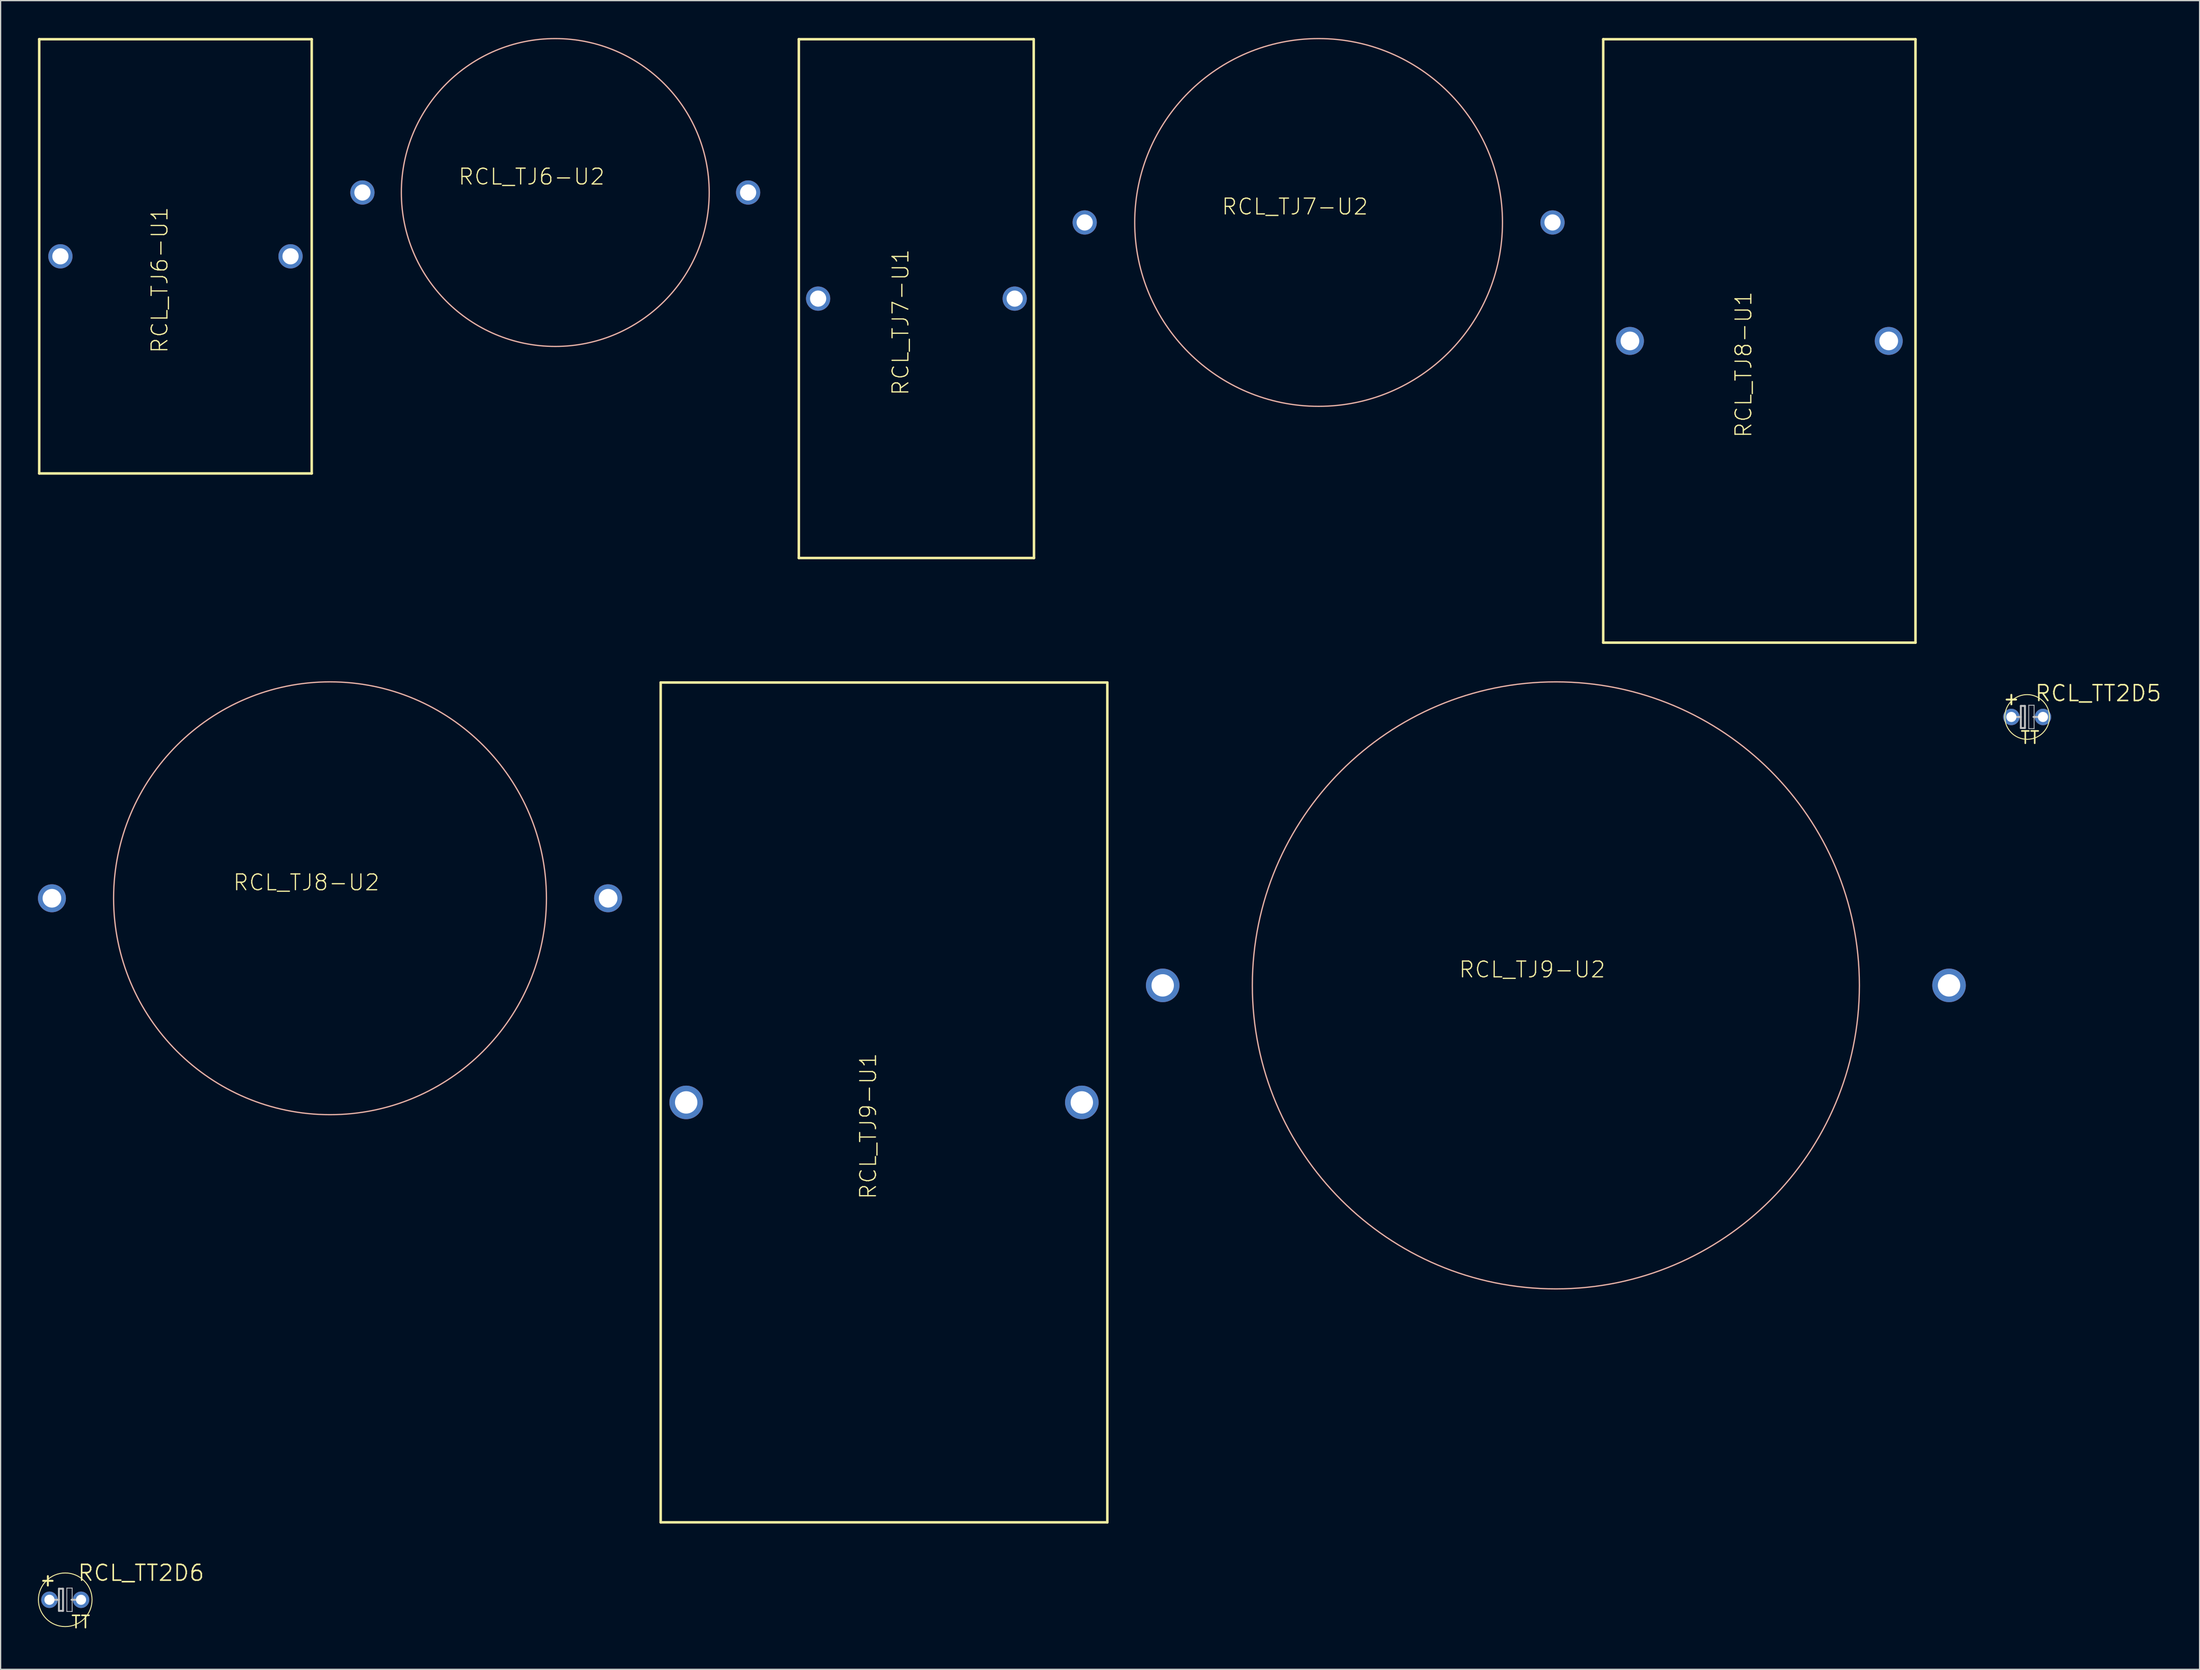
<source format=kicad_pcb>
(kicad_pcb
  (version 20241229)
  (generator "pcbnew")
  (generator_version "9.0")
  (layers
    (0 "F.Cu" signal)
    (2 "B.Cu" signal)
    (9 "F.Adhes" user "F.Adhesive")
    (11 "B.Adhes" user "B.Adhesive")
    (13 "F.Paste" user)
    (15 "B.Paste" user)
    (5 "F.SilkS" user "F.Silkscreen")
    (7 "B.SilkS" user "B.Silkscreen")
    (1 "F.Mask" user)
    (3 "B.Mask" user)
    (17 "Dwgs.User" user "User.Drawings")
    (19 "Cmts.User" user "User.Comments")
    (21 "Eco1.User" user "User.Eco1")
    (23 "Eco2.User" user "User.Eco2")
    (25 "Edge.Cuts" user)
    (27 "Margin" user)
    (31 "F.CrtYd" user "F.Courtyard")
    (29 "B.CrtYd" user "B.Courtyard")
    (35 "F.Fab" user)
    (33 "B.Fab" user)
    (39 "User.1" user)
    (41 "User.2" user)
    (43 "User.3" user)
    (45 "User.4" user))
  (footprint "RCL_TJ6-U1"
    (layer "F.Cu")
    (at 11.052 17.551)
    (property "Reference" "RCL_TJ6-U1" (at -1.27 1.905 90) (layer "F.SilkS") (effects (font (size 1.27 1.27) (thickness 0.102))))
    (attr exclude_from_pos_files exclude_from_bom)
    (fp_line (start -10.95 -17.45) (end 10.95 -17.45) (stroke (width 0.203) (type solid)) (layer "F.SilkS"))
    (fp_line (start -10.95 17.45) (end -10.95 -17.45) (stroke (width 0.203) (type solid)) (layer "F.SilkS"))
    (fp_line (start 10.95 -17.45) (end 10.95 17.45) (stroke (width 0.203) (type solid)) (layer "F.SilkS"))
    (fp_line (start 10.95 17.45) (end -10.95 17.45) (stroke (width 0.203) (type solid)) (layer "F.SilkS"))
    (pad "1" thru_hole circle (at -9.248 0) (size 1.948 1.948) (drill 1.298) (layers "*.Cu" "*.Paste" "*.Mask"))
    (pad "2" thru_hole circle (at 9.248 0) (size 1.948 1.948) (drill 1.298) (layers "*.Cu" "*.Paste" "*.Mask")))
  (footprint "RCL_TJ7-U1"
    (layer "F.Cu")
    (at 70.6 20.95)
    (property "Reference" "RCL_TJ7-U1" (at -1.27 1.905 90) (layer "F.SilkS") (effects (font (size 1.27 1.27) (thickness 0.102))))
    (attr exclude_from_pos_files exclude_from_bom)
    (fp_line (start -9.449 -20.848) (end 9.428 -20.848) (stroke (width 0.203) (type solid)) (layer "F.SilkS"))
    (fp_line (start -9.449 20.848) (end -9.449 -20.848) (stroke (width 0.203) (type solid)) (layer "F.SilkS"))
    (fp_line (start 9.428 -20.848) (end 9.449 20.848) (stroke (width 0.203) (type solid)) (layer "F.SilkS"))
    (fp_line (start 9.449 20.848) (end -9.449 20.848) (stroke (width 0.203) (type solid)) (layer "F.SilkS"))
    (pad "1" thru_hole circle (at -7.899 0) (size 1.948 1.948) (drill 1.298) (layers "*.Cu" "*.Paste" "*.Mask"))
    (pad "2" thru_hole circle (at 7.899 0) (size 1.948 1.948) (drill 1.298) (layers "*.Cu" "*.Paste" "*.Mask")))
  (footprint "RCL_TJ9-U2"
    (layer "F.Cu")
    (at 121.992 76.147)
    (property "Reference" "RCL_TJ9-U2" (at -1.905 -1.27 0) (layer "F.SilkS") (effects (font (size 1.27 1.27) (thickness 0.102))))
    (attr exclude_from_pos_files exclude_from_bom)
    (fp_circle (center 0 0) (end -17.249 17.249) (stroke (width 0.102) (type solid)) (fill no) (layer "B.SilkS"))
    (pad "1" thru_hole circle (at -31.598 0) (size 2.697 2.697) (drill 1.798) (layers "*.Cu" "*.Paste" "*.Mask"))
    (pad "2" thru_hole circle (at 31.598 0) (size 2.697 2.697) (drill 1.798) (layers "*.Cu" "*.Paste" "*.Mask")))
  (footprint "RCL_TT2D5"
    (layer "F.Cu")
    (at 159.868 54.573)
    (property "Reference" "RCL_TT2D5" (at 5.715 -1.905 0) (layer "F.SilkS") (effects (font (size 1.27 1.27) (thickness 0.127))))
    (attr exclude_from_pos_files exclude_from_bom)
    (fp_line (start -1.27 -1.016) (end -1.27 -1.778) (stroke (width 0.152) (type solid)) (layer "F.SilkS"))
    (fp_line (start -0.889 -1.397) (end -1.651 -1.397) (stroke (width 0.152) (type solid)) (layer "F.SilkS"))
    (fp_circle (center 0 0) (end -1.27 1.27) (stroke (width 0.076) (type solid)) (fill no) (layer "F.SilkS"))
    (fp_line (start -1.016 0) (end -0.508 0) (stroke (width 0.152) (type solid)) (layer "Dwgs.User"))
    (fp_line (start -0.508 -0.889) (end -0.508 0) (stroke (width 0.152) (type solid)) (layer "Dwgs.User"))
    (fp_line (start -0.508 0) (end -0.508 0.889) (stroke (width 0.152) (type solid)) (layer "Dwgs.User"))
    (fp_line (start -0.508 0.889) (end -0.178 0.889) (stroke (width 0.152) (type solid)) (layer "Dwgs.User"))
    (fp_line (start -0.178 -0.889) (end -0.508 -0.889) (stroke (width 0.152) (type solid)) (layer "Dwgs.User"))
    (fp_line (start -0.178 0.889) (end -0.178 -0.889) (stroke (width 0.152) (type solid)) (layer "Dwgs.User"))
    (fp_line (start 0.127 -0.94) (end 0.559 -0.94) (stroke (width 0.066) (type solid)) (layer "Dwgs.User"))
    (fp_line (start 0.127 0.94) (end 0.127 -0.94) (stroke (width 0.066) (type solid)) (layer "Dwgs.User"))
    (fp_line (start 0.127 0.94) (end 0.559 0.94) (stroke (width 0.066) (type solid)) (layer "Dwgs.User"))
    (fp_line (start 0.508 0) (end 1.016 0) (stroke (width 0.152) (type solid)) (layer "Dwgs.User"))
    (fp_line (start 0.559 0.94) (end 0.559 -0.94) (stroke (width 0.066) (type solid)) (layer "Dwgs.User"))
    (fp_text user "TT" (at 0.229 1.664 0) (layer "F.SilkS") (effects (font (size 0.991 0.991) (thickness 0.127))))
    (pad "+" thru_hole circle (at -1.27 0) (size 1.321 1.321) (drill 0.813) (layers "*.Cu" "*.Paste" "*.Mask"))
    (pad "-" thru_hole circle (at 1.27 0) (size 1.321 1.321) (drill 0.813) (layers "*.Cu" "*.Paste" "*.Mask")))
  (footprint "RCL_TJ9-U1"
    (layer "F.Cu")
    (at 67.996 85.553)
    (property "Reference" "RCL_TJ9-U1" (at -1.27 1.905 90) (layer "F.SilkS") (effects (font (size 1.27 1.27) (thickness 0.102))))
    (attr exclude_from_pos_files exclude_from_bom)
    (fp_line (start -17.948 -33.749) (end 17.948 -33.749) (stroke (width 0.203) (type solid)) (layer "F.SilkS"))
    (fp_line (start -17.948 33.749) (end -17.948 -33.749) (stroke (width 0.203) (type solid)) (layer "F.SilkS"))
    (fp_line (start 17.948 -33.749) (end 17.948 33.749) (stroke (width 0.203) (type solid)) (layer "F.SilkS"))
    (fp_line (start 17.948 33.749) (end -17.948 33.749) (stroke (width 0.203) (type solid)) (layer "F.SilkS"))
    (pad "1" thru_hole circle (at -15.898 0) (size 2.697 2.697) (drill 1.798) (layers "*.Cu" "*.Paste" "*.Mask"))
    (pad "2" thru_hole circle (at 15.898 0) (size 2.697 2.697) (drill 1.798) (layers "*.Cu" "*.Paste" "*.Mask")))
  (footprint "RCL_TJ6-U2"
    (layer "F.Cu")
    (at 41.576 12.422)
    (property "Reference" "RCL_TJ6-U2" (at -1.905 -1.27 0) (layer "F.SilkS") (effects (font (size 1.27 1.27) (thickness 0.102))))
    (attr exclude_from_pos_files exclude_from_bom)
    (fp_circle (center 0 0) (end -8.748 8.748) (stroke (width 0.102) (type solid)) (fill no) (layer "B.SilkS"))
    (pad "1" thru_hole circle (at -15.499 0) (size 1.948 1.948) (drill 1.298) (layers "*.Cu" "*.Paste" "*.Mask"))
    (pad "2" thru_hole circle (at 15.499 0) (size 1.948 1.948) (drill 1.298) (layers "*.Cu" "*.Paste" "*.Mask")))
  (footprint "RCL_TJ8-U2"
    (layer "F.Cu")
    (at 23.473 69.146)
    (property "Reference" "RCL_TJ8-U2" (at -1.905 -1.27 0) (layer "F.SilkS") (effects (font (size 1.27 1.27) (thickness 0.102))))
    (attr exclude_from_pos_files exclude_from_bom)
    (fp_circle (center 0 0) (end -12.299 12.299) (stroke (width 0.102) (type solid)) (fill no) (layer "B.SilkS"))
    (pad "1" thru_hole circle (at -22.349 0) (size 2.248 2.248) (drill 1.499) (layers "*.Cu" "*.Paste" "*.Mask"))
    (pad "2" thru_hole circle (at 22.349 0) (size 2.248 2.248) (drill 1.499) (layers "*.Cu" "*.Paste" "*.Mask")))
  (footprint "RCL_TT2D6"
    (layer "F.Cu")
    (at 2.193 125.528)
    (property "Reference" "RCL_TT2D6" (at 6.096 -2.159 0) (layer "F.SilkS") (effects (font (size 1.27 1.27) (thickness 0.127))))
    (attr exclude_from_pos_files exclude_from_bom)
    (fp_line (start -1.778 -1.524) (end -1.016 -1.524) (stroke (width 0.152) (type solid)) (layer "F.SilkS"))
    (fp_line (start -1.397 -1.143) (end -1.397 -1.905) (stroke (width 0.152) (type solid)) (layer "F.SilkS"))
    (fp_circle (center 0 0) (end -1.524 1.524) (stroke (width 0.076) (type solid)) (fill no) (layer "F.SilkS"))
    (fp_line (start -1.016 0) (end -0.508 0) (stroke (width 0.152) (type solid)) (layer "Dwgs.User"))
    (fp_line (start -0.508 -0.889) (end -0.508 0) (stroke (width 0.152) (type solid)) (layer "Dwgs.User"))
    (fp_line (start -0.508 0) (end -0.508 0.889) (stroke (width 0.152) (type solid)) (layer "Dwgs.User"))
    (fp_line (start -0.508 0.889) (end -0.178 0.889) (stroke (width 0.152) (type solid)) (layer "Dwgs.User"))
    (fp_line (start -0.178 -0.889) (end -0.508 -0.889) (stroke (width 0.152) (type solid)) (layer "Dwgs.User"))
    (fp_line (start -0.178 0.889) (end -0.178 -0.889) (stroke (width 0.152) (type solid)) (layer "Dwgs.User"))
    (fp_line (start 0.127 -0.94) (end 0.559 -0.94) (stroke (width 0.066) (type solid)) (layer "Dwgs.User"))
    (fp_line (start 0.127 0.94) (end 0.127 -0.94) (stroke (width 0.066) (type solid)) (layer "Dwgs.User"))
    (fp_line (start 0.127 0.94) (end 0.559 0.94) (stroke (width 0.066) (type solid)) (layer "Dwgs.User"))
    (fp_line (start 0.508 0) (end 1.016 0) (stroke (width 0.152) (type solid)) (layer "Dwgs.User"))
    (fp_line (start 0.559 0.94) (end 0.559 -0.94) (stroke (width 0.066) (type solid)) (layer "Dwgs.User"))
    (fp_text user "TT" (at 1.245 1.788 0) (layer "F.SilkS") (effects (font (size 0.991 0.991) (thickness 0.127))))
    (pad "+" thru_hole circle (at -1.27 0) (size 1.321 1.321) (drill 0.813) (layers "*.Cu" "*.Paste" "*.Mask"))
    (pad "-" thru_hole circle (at 1.27 0) (size 1.321 1.321) (drill 0.813) (layers "*.Cu" "*.Paste" "*.Mask")))
  (footprint "RCL_TJ8-U1"
    (layer "F.Cu")
    (at 138.345 24.351)
    (property "Reference" "RCL_TJ8-U1" (at -1.27 1.905 90) (layer "F.SilkS") (effects (font (size 1.27 1.27) (thickness 0.102))))
    (attr exclude_from_pos_files exclude_from_bom)
    (fp_line (start -12.548 -24.249) (end 12.548 -24.249) (stroke (width 0.203) (type solid)) (layer "F.SilkS"))
    (fp_line (start -12.548 24.249) (end -12.548 -24.249) (stroke (width 0.203) (type solid)) (layer "F.SilkS"))
    (fp_line (start 12.548 -24.249) (end 12.548 24.249) (stroke (width 0.203) (type solid)) (layer "F.SilkS"))
    (fp_line (start 12.548 24.249) (end -12.548 24.249) (stroke (width 0.203) (type solid)) (layer "F.SilkS"))
    (pad "1" thru_hole circle (at -10.399 0) (size 2.248 2.248) (drill 1.499) (layers "*.Cu" "*.Paste" "*.Mask"))
    (pad "2" thru_hole circle (at 10.399 0) (size 2.248 2.248) (drill 1.499) (layers "*.Cu" "*.Paste" "*.Mask")))
  (footprint "RCL_TJ7-U2"
    (layer "F.Cu")
    (at 102.923 14.829)
    (property "Reference" "RCL_TJ7-U2" (at -1.905 -1.27 0) (layer "F.SilkS") (effects (font (size 1.27 1.27) (thickness 0.102))))
    (attr exclude_from_pos_files exclude_from_bom)
    (fp_circle (center 0 0) (end -10.45 10.45) (stroke (width 0.102) (type solid)) (fill no) (layer "B.SilkS"))
    (pad "1" thru_hole circle (at -18.799 0) (size 1.948 1.948) (drill 1.298) (layers "*.Cu" "*.Paste" "*.Mask"))
    (pad "2" thru_hole circle (at 18.799 0) (size 1.948 1.948) (drill 1.298) (layers "*.Cu" "*.Paste" "*.Mask")))
  (gr_rect
    (start -3 -3)
    (end 173.727 131.119)
    (stroke (width 0.1) (type default))
    (fill no)
    (layer "Edge.Cuts")))
</source>
